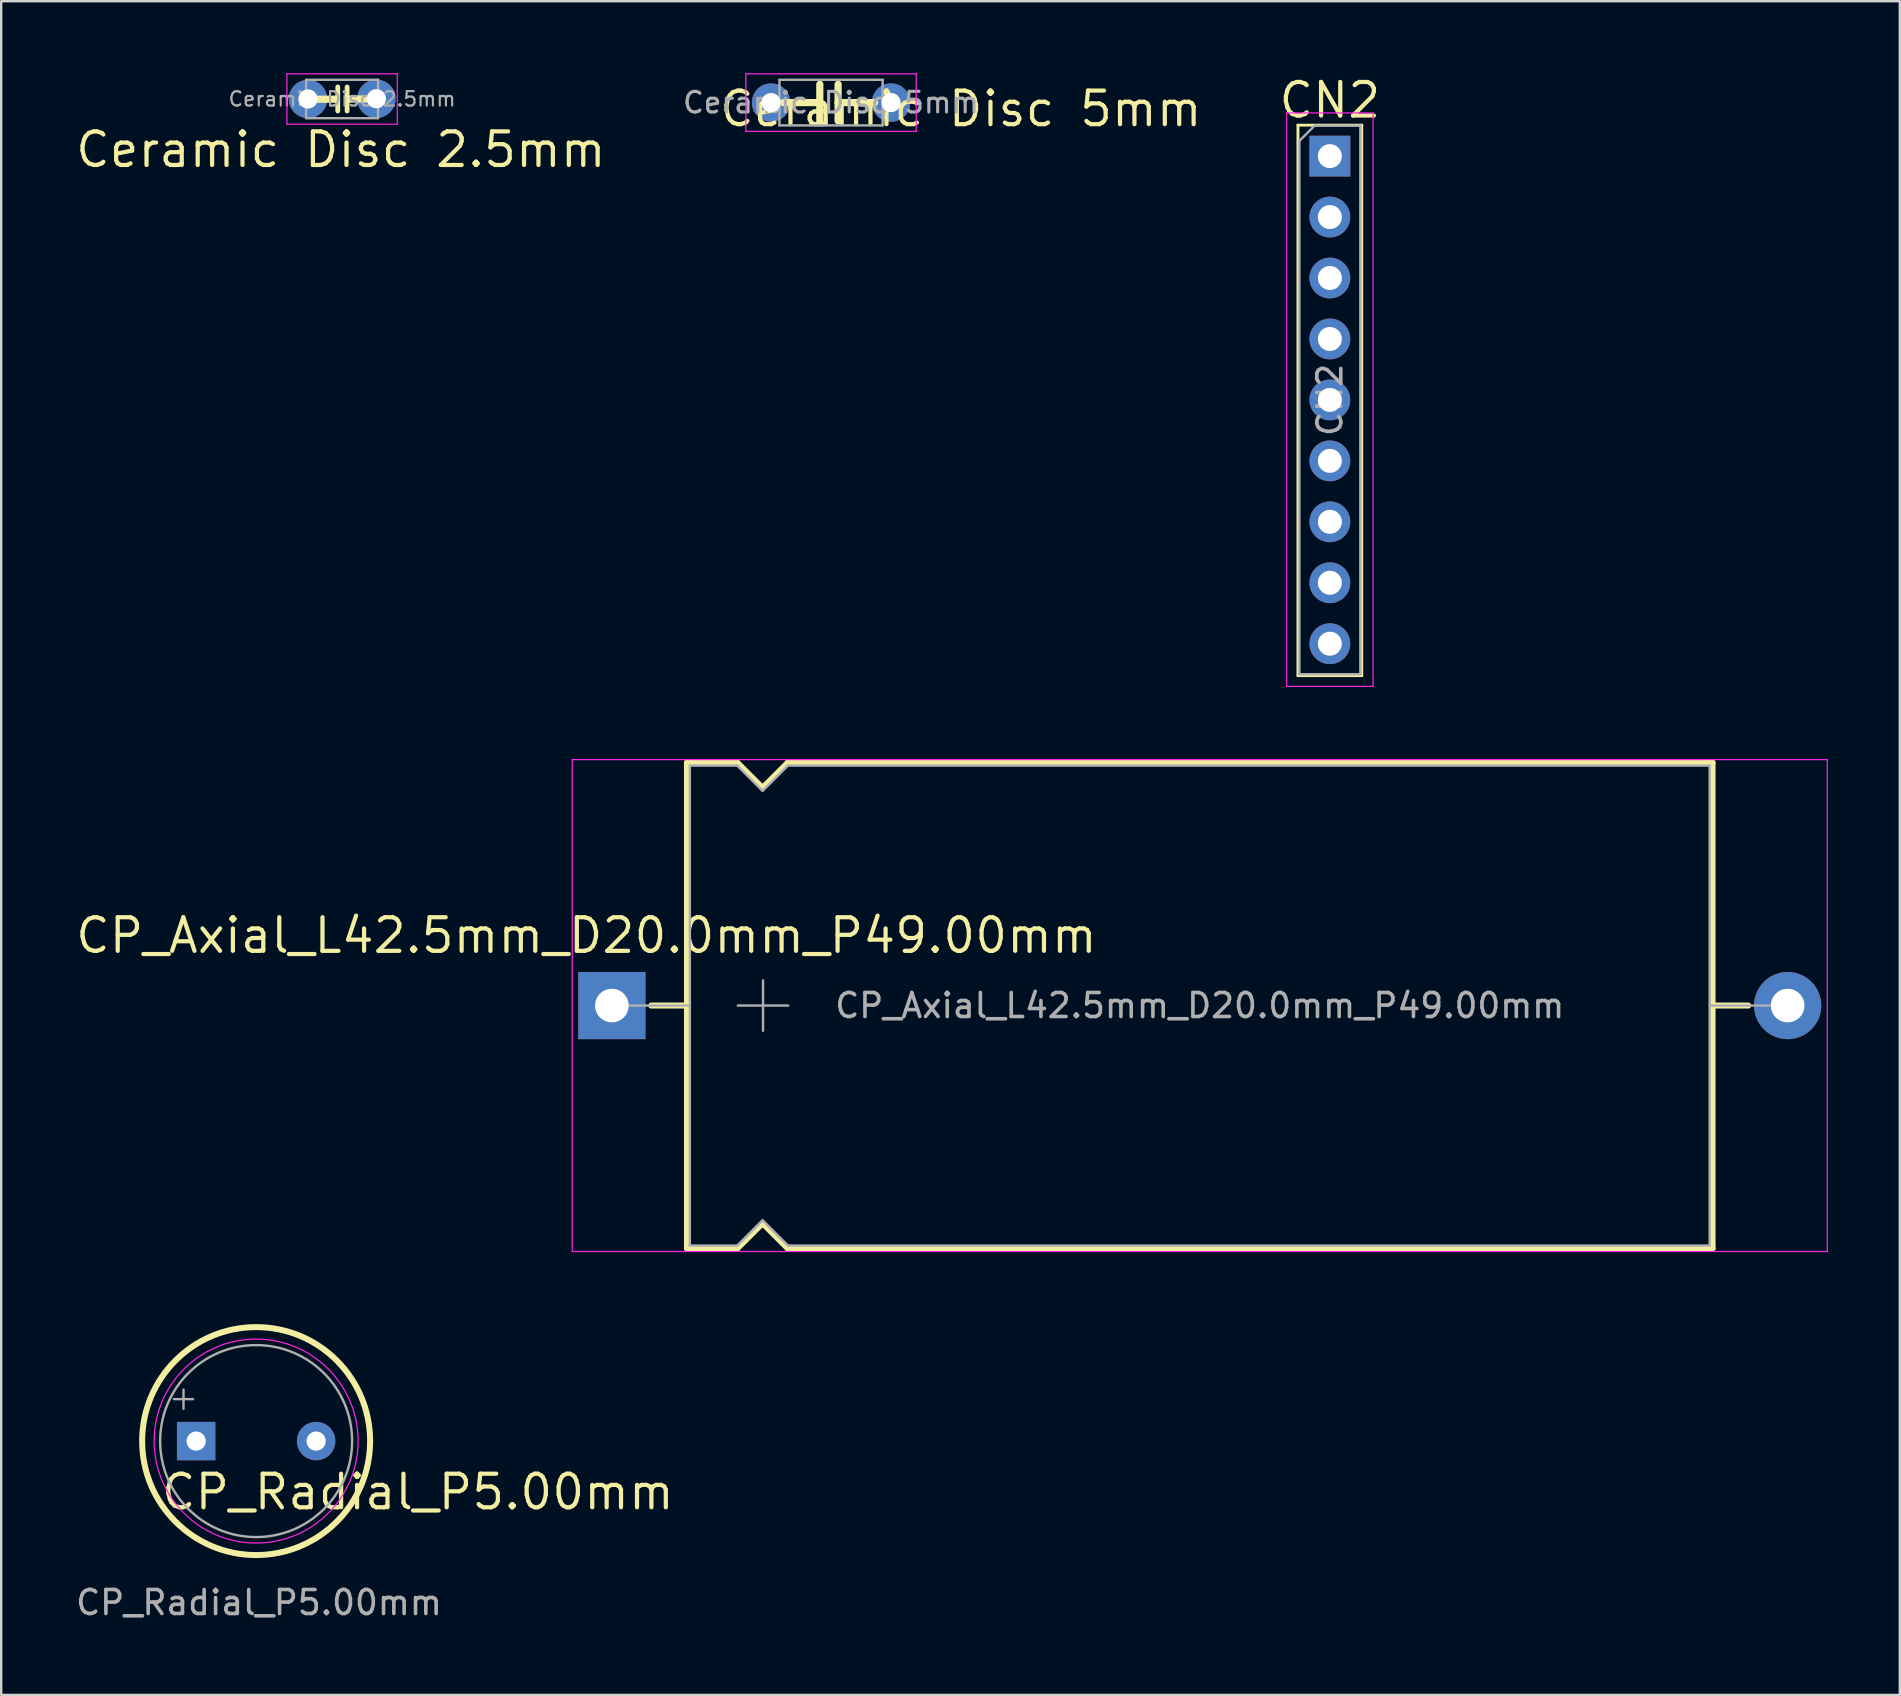
<source format=kicad_pcb>
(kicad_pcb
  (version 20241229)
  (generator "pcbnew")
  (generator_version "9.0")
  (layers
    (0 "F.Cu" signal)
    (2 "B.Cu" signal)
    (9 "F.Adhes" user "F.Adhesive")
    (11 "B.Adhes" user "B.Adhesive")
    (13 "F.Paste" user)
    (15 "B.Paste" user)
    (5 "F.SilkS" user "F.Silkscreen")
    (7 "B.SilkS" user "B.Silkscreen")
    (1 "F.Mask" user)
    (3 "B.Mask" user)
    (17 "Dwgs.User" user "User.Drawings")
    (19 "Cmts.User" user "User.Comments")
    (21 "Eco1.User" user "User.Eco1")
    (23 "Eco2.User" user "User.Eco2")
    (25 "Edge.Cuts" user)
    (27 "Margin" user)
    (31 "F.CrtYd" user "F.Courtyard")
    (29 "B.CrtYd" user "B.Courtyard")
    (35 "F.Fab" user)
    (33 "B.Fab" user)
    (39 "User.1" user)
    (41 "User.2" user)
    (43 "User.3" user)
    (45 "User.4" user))
  (footprint "CP_Radial_P5.00mm"
    (layer "F.Cu")
    (at 5.124 57.006)
    (property "Reference" "CP_Radial_P5.00mm" (at 9.24 2.12 0) (layer "F.SilkS") (effects (font (size 1.4 1.4) (thickness 0.175))))
    (attr through_hole)
    (fp_circle (center 2.5 0) (end 7.25 0) (stroke (width 0.25) (type solid)) (fill no) (layer "F.SilkS"))
    (fp_circle (center 2.5 0) (end 6.75 0) (stroke (width 0.05) (type solid)) (fill no) (layer "F.CrtYd"))
    (fp_line (start -0.927 -1.748) (end -0.127 -1.748) (stroke (width 0.1) (type solid)) (layer "F.Fab"))
    (fp_line (start -0.527 -2.147) (end -0.527 -1.347) (stroke (width 0.1) (type solid)) (layer "F.Fab"))
    (fp_circle (center 2.5 0) (end 6.5 0) (stroke (width 0.1) (type solid)) (fill no) (layer "F.Fab"))
    (fp_text user "${REFERENCE}" (at 2.62 6.73 0) (layer "F.Fab") (effects (font (size 1 1) (thickness 0.15))))
    (pad "1" thru_hole rect (at 0 0) (size 1.6 1.6) (drill 0.8) (layers "*.Cu" "*.Mask"))
    (pad "2" thru_hole circle (at 5 0) (size 1.6 1.6) (drill 0.8) (layers "*.Cu" "*.Mask")))
  (footprint "Ceramic Disc 2.5mm"
    (layer "F.Cu")
    (at 9.956 1.075)
    (property "Reference" "Ceramic Disc 2.5mm" (at 1.2 2.11 0) (layer "F.SilkS") (effects (font (size 1.4 1.4) (thickness 0.175))))
    (attr through_hole)
    (fp_line (start 0.993 0.01) (end 0.127 0.01) (stroke (width 0.3) (type default)) (layer "F.SilkS"))
    (fp_line (start 1.07 0) (end 1.07 0.5) (stroke (width 0.2) (type default)) (layer "F.SilkS"))
    (fp_line (start 1.07 0.02) (end 1.07 -0.5) (stroke (width 0.2) (type default)) (layer "F.SilkS"))
    (fp_line (start 1.46 0) (end 1.46 0.5) (stroke (width 0.2) (type default)) (layer "F.SilkS"))
    (fp_line (start 1.46 0.02) (end 1.46 -0.5) (stroke (width 0.2) (type default)) (layer "F.SilkS"))
    (fp_line (start 2.43 0) (end 1.53 0) (stroke (width 0.3) (type default)) (layer "F.SilkS"))
    (fp_line (start -1.05 -1.05) (end -1.05 1.05) (stroke (width 0.05) (type solid)) (layer "F.CrtYd"))
    (fp_line (start -1.05 1.05) (end 3.55 1.05) (stroke (width 0.05) (type solid)) (layer "F.CrtYd"))
    (fp_line (start 3.55 -1.05) (end -1.05 -1.05) (stroke (width 0.05) (type solid)) (layer "F.CrtYd"))
    (fp_line (start 3.55 1.05) (end 3.55 -1.05) (stroke (width 0.05) (type solid)) (layer "F.CrtYd"))
    (fp_line (start -0.25 -0.8) (end -0.25 0.8) (stroke (width 0.1) (type solid)) (layer "F.Fab"))
    (fp_line (start -0.25 0.8) (end 2.75 0.8) (stroke (width 0.1) (type solid)) (layer "F.Fab"))
    (fp_line (start 2.75 -0.8) (end -0.25 -0.8) (stroke (width 0.1) (type solid)) (layer "F.Fab"))
    (fp_line (start 2.75 0.8) (end 2.75 -0.8) (stroke (width 0.1) (type solid)) (layer "F.Fab"))
    (fp_text user "${REFERENCE}" (at 1.25 0 0) (layer "F.Fab") (effects (font (size 0.6 0.6) (thickness 0.09))))
    (pad "1" thru_hole circle (at -0.17 0) (size 1.6 1.6) (drill 0.8) (layers "*.Cu" "*.Mask"))
    (pad "2" thru_hole circle (at 2.68 -0.01) (size 1.6 1.6) (drill 0.8) (layers "*.Cu" "*.Mask")))
  (footprint "CN2"
    (layer "F.Cu")
    (at 52.371 3.456)
    (property "Reference" "CN2" (at 0 -2.33 180) (layer "F.SilkS") (effects (font (size 1.4 1.4) (thickness 0.175))))
    (attr through_hole)
    (fp_line (start -1.33 -1.29) (end -1.33 21.65) (stroke (width 0.12) (type solid)) (layer "F.SilkS"))
    (fp_line (start -1.33 -1.29) (end 1.33 -1.29) (stroke (width 0.12) (type solid)) (layer "F.SilkS"))
    (fp_line (start -1.33 21.65) (end 1.33 21.65) (stroke (width 0.12) (type solid)) (layer "F.SilkS"))
    (fp_line (start 1.33 -1.29) (end 1.33 21.65) (stroke (width 0.12) (type solid)) (layer "F.SilkS"))
    (fp_line (start -1.8 -1.8) (end -1.8 22.1) (stroke (width 0.05) (type solid)) (layer "F.CrtYd"))
    (fp_line (start -1.8 22.1) (end 1.8 22.1) (stroke (width 0.05) (type solid)) (layer "F.CrtYd"))
    (fp_line (start 1.8 -1.8) (end -1.8 -1.8) (stroke (width 0.05) (type solid)) (layer "F.CrtYd"))
    (fp_line (start 1.8 22.1) (end 1.8 -1.8) (stroke (width 0.05) (type solid)) (layer "F.CrtYd"))
    (fp_line (start -1.27 -0.635) (end -0.635 -1.27) (stroke (width 0.1) (type solid)) (layer "F.Fab"))
    (fp_line (start -1.27 21.59) (end -1.27 -0.635) (stroke (width 0.1) (type solid)) (layer "F.Fab"))
    (fp_line (start -0.635 -1.27) (end 1.27 -1.27) (stroke (width 0.1) (type solid)) (layer "F.Fab"))
    (fp_line (start 1.27 -1.27) (end 1.27 21.59) (stroke (width 0.1) (type solid)) (layer "F.Fab"))
    (fp_line (start 1.27 21.59) (end -1.27 21.59) (stroke (width 0.1) (type solid)) (layer "F.Fab"))
    (fp_text user "${REFERENCE}" (at 0 10.16 90) (layer "F.Fab") (effects (font (size 1 1) (thickness 0.15))))
    (pad "1" thru_hole rect (at 0 0) (size 1.7 1.7) (drill 1) (layers "*.Cu" "*.Mask"))
    (pad "2" thru_hole oval (at 0 2.54) (size 1.7 1.7) (drill 1) (layers "*.Cu" "*.Mask"))
    (pad "3" thru_hole oval (at 0 5.08) (size 1.7 1.7) (drill 1) (layers "*.Cu" "*.Mask"))
    (pad "4" thru_hole oval (at 0 7.62) (size 1.7 1.7) (drill 1) (layers "*.Cu" "*.Mask"))
    (pad "5" thru_hole oval (at 0 10.16) (size 1.7 1.7) (drill 1) (layers "*.Cu" "*.Mask"))
    (pad "6" thru_hole oval (at 0 12.7) (size 1.7 1.7) (drill 1) (layers "*.Cu" "*.Mask"))
    (pad "7" thru_hole oval (at 0 15.24) (size 1.7 1.7) (drill 1) (layers "*.Cu" "*.Mask"))
    (pad "8" thru_hole oval (at 0 17.78) (size 1.7 1.7) (drill 1) (layers "*.Cu" "*.Mask"))
    (pad "9" thru_hole oval (at 0 20.32) (size 1.7 1.7) (drill 1) (layers "*.Cu" "*.Mask")))
  (footprint "Ceramic Disc 5mm"
    (layer "F.Cu")
    (at 29.083 1.225)
    (property "Reference" "Ceramic Disc 5mm" (at 7.91 0.26 0) (layer "F.SilkS") (effects (font (size 1.4 1.4) (thickness 0.175))))
    (attr through_hole)
    (fp_line (start 0.508 0) (end 2.032 0) (stroke (width 0.3) (type default)) (layer "F.SilkS"))
    (fp_line (start 2.032 0) (end 2.032 -0.762) (stroke (width 0.3) (type default)) (layer "F.SilkS"))
    (fp_line (start 2.032 0) (end 2.032 0.762) (stroke (width 0.3) (type default)) (layer "F.SilkS"))
    (fp_line (start 2.794 0) (end 2.794 -0.762) (stroke (width 0.3) (type default)) (layer "F.SilkS"))
    (fp_line (start 2.794 0) (end 2.794 0.762) (stroke (width 0.3) (type default)) (layer "F.SilkS"))
    (fp_line (start 4.318 0) (end 2.794 0) (stroke (width 0.3) (type default)) (layer "F.SilkS"))
    (fp_line (start -1.05 -1.2) (end -1.05 1.2) (stroke (width 0.05) (type solid)) (layer "F.CrtYd"))
    (fp_line (start -1.05 1.2) (end 6.05 1.2) (stroke (width 0.05) (type solid)) (layer "F.CrtYd"))
    (fp_line (start 6.05 -1.2) (end -1.05 -1.2) (stroke (width 0.05) (type solid)) (layer "F.CrtYd"))
    (fp_line (start 6.05 1.2) (end 6.05 -1.2) (stroke (width 0.05) (type solid)) (layer "F.CrtYd"))
    (fp_line (start 0.35 -0.95) (end 0.35 0.95) (stroke (width 0.1) (type solid)) (layer "F.Fab"))
    (fp_line (start 0.35 0.95) (end 4.65 0.95) (stroke (width 0.1) (type solid)) (layer "F.Fab"))
    (fp_line (start 4.65 -0.95) (end 0.35 -0.95) (stroke (width 0.1) (type solid)) (layer "F.Fab"))
    (fp_line (start 4.65 0.95) (end 4.65 -0.95) (stroke (width 0.1) (type solid)) (layer "F.Fab"))
    (fp_text user "${REFERENCE}" (at 2.5 0 0) (layer "F.Fab") (effects (font (size 0.86 0.86) (thickness 0.129))))
    (pad "1" thru_hole circle (at 0 0) (size 1.6 1.6) (drill 0.8) (layers "*.Cu" "*.Mask"))
    (pad "2" thru_hole circle (at 5 0) (size 1.6 1.6) (drill 0.8) (layers "*.Cu" "*.Mask")))
  (footprint "CP_Axial_L42.5mm_D20.0mm_P49.00mm"
    (layer "F.Cu")
    (at 22.449 38.856)
    (property "Reference" "CP_Axial_L42.5mm_D20.0mm_P49.00mm" (at -1.06 -2.92 0) (layer "F.SilkS") (effects (font (size 1.4 1.4) (thickness 0.175))))
    (attr through_hole)
    (fp_line (start 1.64 0) (end 3.13 0) (stroke (width 0.25) (type solid)) (layer "F.SilkS"))
    (fp_line (start 3.13 -10.12) (end 3.13 10.12) (stroke (width 0.25) (type solid)) (layer "F.SilkS"))
    (fp_line (start 3.13 -10.12) (end 5.23 -10.12) (stroke (width 0.25) (type solid)) (layer "F.SilkS"))
    (fp_line (start 3.13 10.12) (end 5.23 10.12) (stroke (width 0.25) (type solid)) (layer "F.SilkS"))
    (fp_line (start 5.23 -10.12) (end 6.28 -9.07) (stroke (width 0.25) (type solid)) (layer "F.SilkS"))
    (fp_line (start 5.23 10.12) (end 6.28 9.07) (stroke (width 0.25) (type solid)) (layer "F.SilkS"))
    (fp_line (start 6.28 -9.07) (end 7.33 -10.12) (stroke (width 0.25) (type solid)) (layer "F.SilkS"))
    (fp_line (start 6.28 9.07) (end 7.33 10.12) (stroke (width 0.25) (type solid)) (layer "F.SilkS"))
    (fp_line (start 7.33 -10.12) (end 45.87 -10.12) (stroke (width 0.25) (type solid)) (layer "F.SilkS"))
    (fp_line (start 7.33 10.12) (end 45.87 10.12) (stroke (width 0.25) (type solid)) (layer "F.SilkS"))
    (fp_line (start 45.87 -10.12) (end 45.87 10.12) (stroke (width 0.25) (type solid)) (layer "F.SilkS"))
    (fp_line (start 47.36 0) (end 45.87 0) (stroke (width 0.25) (type solid)) (layer "F.SilkS"))
    (fp_line (start -1.65 -10.25) (end -1.65 10.25) (stroke (width 0.05) (type solid)) (layer "F.CrtYd"))
    (fp_line (start -1.65 10.25) (end 50.65 10.25) (stroke (width 0.05) (type solid)) (layer "F.CrtYd"))
    (fp_line (start 50.65 -10.25) (end -1.65 -10.25) (stroke (width 0.05) (type solid)) (layer "F.CrtYd"))
    (fp_line (start 50.65 10.25) (end 50.65 -10.25) (stroke (width 0.05) (type solid)) (layer "F.CrtYd"))
    (fp_line (start 0 0) (end 3.25 0) (stroke (width 0.1) (type solid)) (layer "F.Fab"))
    (fp_line (start 3.25 -10) (end 3.25 10) (stroke (width 0.1) (type solid)) (layer "F.Fab"))
    (fp_line (start 3.25 -10) (end 5.23 -10) (stroke (width 0.1) (type solid)) (layer "F.Fab"))
    (fp_line (start 3.25 10) (end 5.23 10) (stroke (width 0.1) (type solid)) (layer "F.Fab"))
    (fp_line (start 5.23 -10) (end 6.28 -8.95) (stroke (width 0.1) (type solid)) (layer "F.Fab"))
    (fp_line (start 5.23 10) (end 6.28 8.95) (stroke (width 0.1) (type solid)) (layer "F.Fab"))
    (fp_line (start 5.25 0) (end 7.35 0) (stroke (width 0.1) (type solid)) (layer "F.Fab"))
    (fp_line (start 6.28 -8.95) (end 7.33 -10) (stroke (width 0.1) (type solid)) (layer "F.Fab"))
    (fp_line (start 6.28 8.95) (end 7.33 10) (stroke (width 0.1) (type solid)) (layer "F.Fab"))
    (fp_line (start 6.3 -1.05) (end 6.3 1.05) (stroke (width 0.1) (type solid)) (layer "F.Fab"))
    (fp_line (start 7.33 -10) (end 45.75 -10) (stroke (width 0.1) (type solid)) (layer "F.Fab"))
    (fp_line (start 7.33 10) (end 45.75 10) (stroke (width 0.1) (type solid)) (layer "F.Fab"))
    (fp_line (start 45.75 -10) (end 45.75 10) (stroke (width 0.1) (type solid)) (layer "F.Fab"))
    (fp_line (start 49 0) (end 45.75 0) (stroke (width 0.1) (type solid)) (layer "F.Fab"))
    (fp_text user "${REFERENCE}" (at 24.5 0 0) (layer "F.Fab") (effects (font (size 1 1) (thickness 0.15))))
    (pad "1" thru_hole rect (at 0 0) (size 2.8 2.8) (drill 1.4) (layers "*.Cu" "*.Mask"))
    (pad "2" thru_hole oval (at 49 0) (size 2.8 2.8) (drill 1.4) (layers "*.Cu" "*.Mask")))
  (gr_rect
    (start -3 -3)
    (end 76.124 67.584)
    (stroke (width 0.1) (type default))
    (fill no)
    (layer "Edge.Cuts")))
</source>
